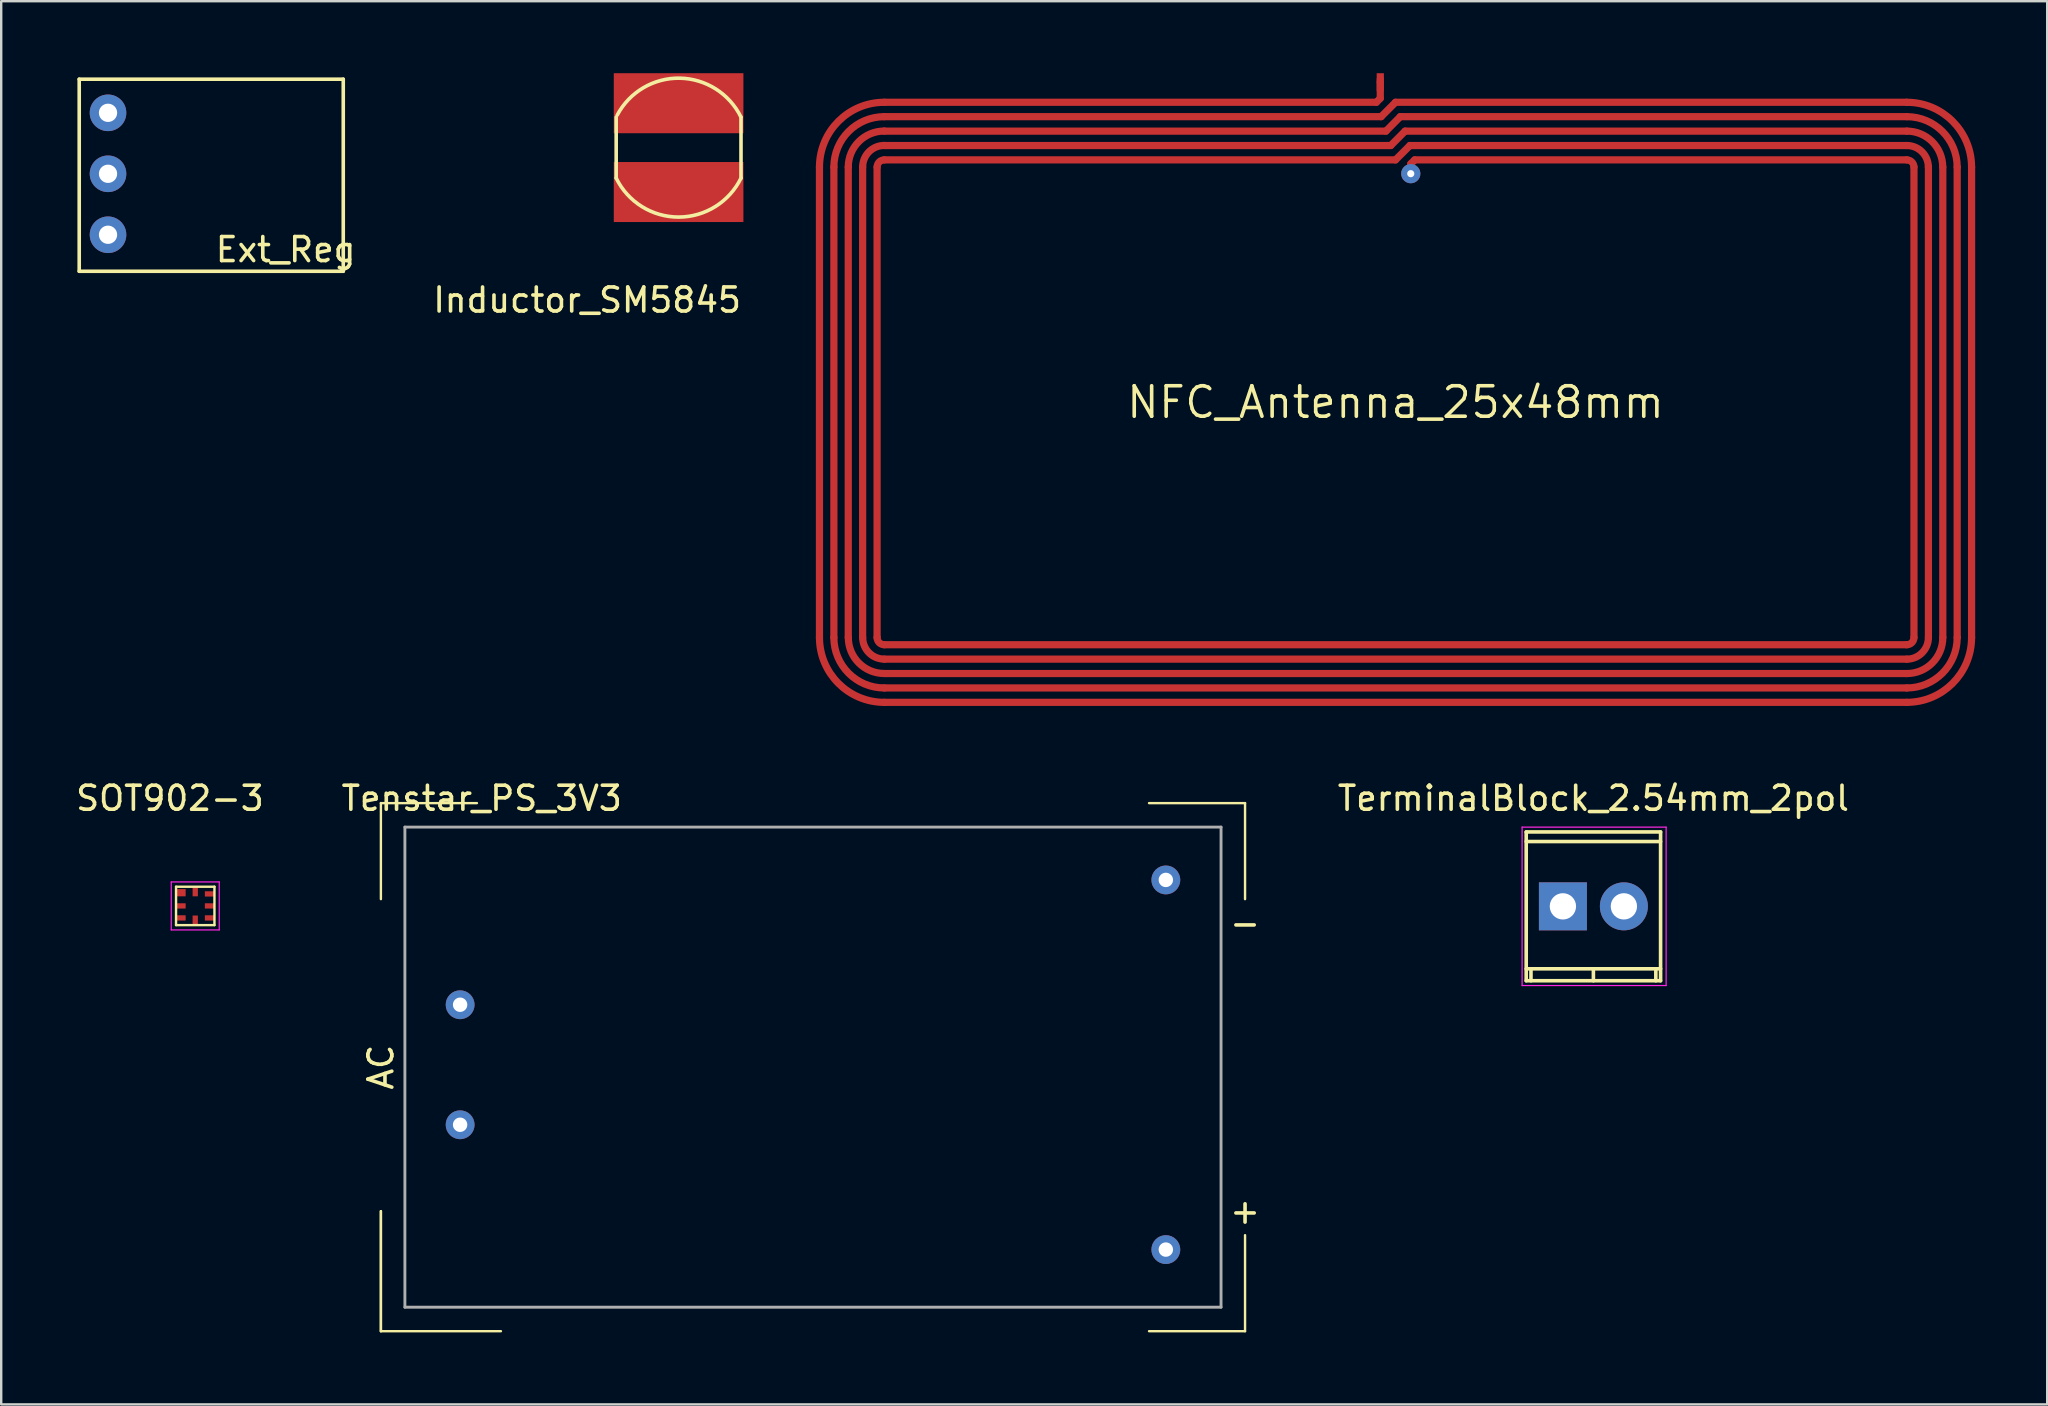
<source format=kicad_pcb>
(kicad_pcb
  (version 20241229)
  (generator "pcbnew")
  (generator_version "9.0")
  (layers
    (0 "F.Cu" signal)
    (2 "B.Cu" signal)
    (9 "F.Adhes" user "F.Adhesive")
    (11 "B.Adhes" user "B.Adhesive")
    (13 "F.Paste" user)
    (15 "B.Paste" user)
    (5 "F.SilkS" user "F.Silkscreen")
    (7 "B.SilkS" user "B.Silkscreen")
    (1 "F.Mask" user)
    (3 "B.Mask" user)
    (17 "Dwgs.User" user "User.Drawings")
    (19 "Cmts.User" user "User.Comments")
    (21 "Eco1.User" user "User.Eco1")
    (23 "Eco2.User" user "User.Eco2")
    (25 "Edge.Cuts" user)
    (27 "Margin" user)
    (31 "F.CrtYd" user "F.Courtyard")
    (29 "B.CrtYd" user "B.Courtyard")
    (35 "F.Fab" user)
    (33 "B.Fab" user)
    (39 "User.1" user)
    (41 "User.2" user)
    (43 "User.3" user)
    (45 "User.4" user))
  (footprint "Inductor_SM5845"
    (layer "F.Cu")
    (at 25.22 3.1)
    (property "Reference" "Inductor_SM5845" (at -3.81 6.35 0) (layer "F.SilkS") (effects (font (size 1 1) (thickness 0.15))))
    (attr through_hole)
    (fp_line (start -2.6 -1.27) (end -2.6 1.27) (stroke (width 0.15) (type solid)) (layer "F.SilkS"))
    (fp_line (start 2.6 -1.27) (end 2.6 1.27) (stroke (width 0.15) (type solid)) (layer "F.SilkS"))
    (fp_arc (start -2.555692 -1.356958) (mid 0.048798 -2.893184) (end 2.6 -1.269999) (stroke (width 0.15) (type solid)) (layer "F.SilkS"))
    (fp_arc (start 2.601493 1.266939) (mid 0.001702 2.893596) (end -2.6 1.269999) (stroke (width 0.15) (type solid)) (layer "F.SilkS"))
    (pad "1" smd rect (at 0 1.85) (size 5.4 2.5) (layers "F.Cu" "F.Mask" "F.Paste"))
    (pad "2" smd rect (at 0 -1.85) (size 5.4 2.5) (layers "F.Cu" "F.Mask" "F.Paste")))
  (footprint "SOT902-3"
    (layer "F.Cu")
    (at 4.284 33.89)
    (property "Reference" "SOT902-3" (at -0.254 -3.683 0) (layer "F.SilkS") (effects (font (size 1 1) (thickness 0.15))))
    (attr smd)
    (fp_line (start 0 0) (end 1.6 0) (stroke (width 0.1) (type solid)) (layer "F.SilkS"))
    (fp_line (start 0 1.6) (end 0 0) (stroke (width 0.1) (type solid)) (layer "F.SilkS"))
    (fp_line (start 1.6 0) (end 1.6 1.6) (stroke (width 0.1) (type solid)) (layer "F.SilkS"))
    (fp_line (start 1.6 1.6) (end 0 1.6) (stroke (width 0.1) (type solid)) (layer "F.SilkS"))
    (fp_line (start -0.2 -0.2) (end 1.8 -0.2) (stroke (width 0.05) (type solid)) (layer "F.CrtYd"))
    (fp_line (start -0.2 1.8) (end -0.2 -0.2) (stroke (width 0.05) (type solid)) (layer "F.CrtYd"))
    (fp_line (start 1.8 -0.2) (end 1.8 1.8) (stroke (width 0.05) (type solid)) (layer "F.CrtYd"))
    (fp_line (start 1.8 1.8) (end -0.2 1.8) (stroke (width 0.05) (type solid)) (layer "F.CrtYd"))
    (pad "1" smd rect (at 0.2 0.25 180) (size 0.4 0.3) (layers "F.Cu" "F.Mask" "F.Paste"))
    (pad "2" smd rect (at 0.2 0.8 180) (size 0.4 0.22) (layers "F.Cu" "F.Mask" "F.Paste"))
    (pad "3" smd rect (at 0.2 1.3 180) (size 0.4 0.22) (layers "F.Cu" "F.Mask" "F.Paste"))
    (pad "4" smd rect (at 0.8 1.4 90) (size 0.4 0.22) (layers "F.Cu" "F.Mask" "F.Paste"))
    (pad "5" smd rect (at 1.4 1.3 180) (size 0.4 0.22) (layers "F.Cu" "F.Mask" "F.Paste"))
    (pad "6" smd rect (at 1.4 0.8 180) (size 0.4 0.22) (layers "F.Cu" "F.Mask" "F.Paste"))
    (pad "7" smd rect (at 1.4 0.3 180) (size 0.4 0.22) (layers "F.Cu" "F.Mask" "F.Paste"))
    (pad "8" smd rect (at 0.8 0.2 90) (size 0.4 0.22) (layers "F.Cu" "F.Mask" "F.Paste")))
  (footprint "TerminalBlock_2.54mm_2pol"
    (layer "F.Cu")
    (at 62.06 34.708)
    (property "Reference" "TerminalBlock_2.54mm_2pol" (at 1.27 -4.501 0) (layer "F.SilkS") (effects (font (size 1 1) (thickness 0.15))))
    (attr through_hole)
    (fp_line (start -1.529 -3.099) (end -1.529 3.099) (stroke (width 0.15) (type solid)) (layer "F.SilkS"))
    (fp_line (start -1.529 -2.7) (end 4.069 -2.7) (stroke (width 0.15) (type solid)) (layer "F.SilkS"))
    (fp_line (start -1.529 3.099) (end 4.069 3.099) (stroke (width 0.15) (type solid)) (layer "F.SilkS"))
    (fp_line (start -1.331 3.099) (end -1.331 2.601) (stroke (width 0.15) (type solid)) (layer "F.SilkS"))
    (fp_line (start 1.27 3.099) (end 1.27 2.601) (stroke (width 0.15) (type solid)) (layer "F.SilkS"))
    (fp_line (start 3.871 2.601) (end 3.871 3.099) (stroke (width 0.15) (type solid)) (layer "F.SilkS"))
    (fp_line (start 4.069 -3.099) (end -1.529 -3.099) (stroke (width 0.15) (type solid)) (layer "F.SilkS"))
    (fp_line (start 4.069 2.601) (end -1.529 2.601) (stroke (width 0.15) (type solid)) (layer "F.SilkS"))
    (fp_line (start 4.069 3.099) (end 4.069 -3.099) (stroke (width 0.15) (type solid)) (layer "F.SilkS"))
    (fp_line (start -1.7 -3.3) (end 4.3 -3.3) (stroke (width 0.05) (type solid)) (layer "F.CrtYd"))
    (fp_line (start -1.7 3.3) (end -1.7 -3.3) (stroke (width 0.05) (type solid)) (layer "F.CrtYd"))
    (fp_line (start 4.3 -3.3) (end 4.3 3.3) (stroke (width 0.05) (type solid)) (layer "F.CrtYd"))
    (fp_line (start 4.3 3.3) (end -1.7 3.3) (stroke (width 0.05) (type solid)) (layer "F.CrtYd"))
    (pad "1" thru_hole rect (at 0 0) (size 1.999 1.999) (drill 1.097) (layers "*.Cu" "*.Mask"))
    (pad "2" thru_hole oval (at 2.54 0) (size 1.999 1.999) (drill 1.097) (layers "*.Cu" "*.Mask")))
  (footprint "Ext_Reg"
    (layer "F.Cu")
    (at 0.25 0.25)
    (property "Reference" "Ext_Reg" (at 8.6 7.1 0) (layer "F.SilkS") (effects (font (size 1 1) (thickness 0.15))))
    (attr through_hole)
    (fp_line (start 0 0) (end 11 0) (stroke (width 0.15) (type solid)) (layer "F.SilkS"))
    (fp_line (start 0 8) (end 0 0) (stroke (width 0.15) (type solid)) (layer "F.SilkS"))
    (fp_line (start 11 0) (end 11 8) (stroke (width 0.15) (type solid)) (layer "F.SilkS"))
    (fp_line (start 11 8) (end 0 8) (stroke (width 0.15) (type solid)) (layer "F.SilkS"))
    (pad "1" thru_hole circle (at 1.2 1.4) (size 1.524 1.524) (drill 0.762) (layers "*.Cu" "*.Mask"))
    (pad "2" thru_hole circle (at 1.2 3.94) (size 1.524 1.524) (drill 0.762) (layers "*.Cu" "*.Mask"))
    (pad "3" thru_hole circle (at 1.2 6.48) (size 1.524 1.524) (drill 0.762) (layers "*.Cu" "*.Mask")))
  (footprint "NFC_Antenna_25x48mm"
    (layer "F.Cu")
    (at 55.087 13.71)
    (property "Reference" "NFC_Antenna_25x48mm" (at 0 0 0) (layer "F.SilkS") (effects (font (size 1.27 1.27) (thickness 0.15))))
    (attr smd)
    (fp_line (start -23.998 -9.799) (end -23.998 9.799) (stroke (width 0.3) (type solid)) (layer "F.Cu"))
    (fp_line (start -23.398 -9.799) (end -23.398 9.799) (stroke (width 0.3) (type solid)) (layer "F.Cu"))
    (fp_line (start -22.799 -9.799) (end -22.799 9.799) (stroke (width 0.3) (type solid)) (layer "F.Cu"))
    (fp_line (start -22.2 -9.799) (end -22.2 9.799) (stroke (width 0.3) (type solid)) (layer "F.Cu"))
    (fp_line (start -21.598 -9.799) (end -21.598 9.799) (stroke (width 0.3) (type solid)) (layer "F.Cu"))
    (fp_line (start -21.298 -11.9) (end -0.599 -11.9) (stroke (width 0.3) (type solid)) (layer "F.Cu"))
    (fp_line (start -21.298 -11.298) (end -0.399 -11.298) (stroke (width 0.3) (type solid)) (layer "F.Cu"))
    (fp_line (start -21.298 -10.698) (end -0.198 -10.698) (stroke (width 0.3) (type solid)) (layer "F.Cu"))
    (fp_line (start -21.298 -10.099) (end 0 -10.099) (stroke (width 0.3) (type solid)) (layer "F.Cu"))
    (fp_line (start -21.298 10.099) (end 21.298 10.099) (stroke (width 0.3) (type solid)) (layer "F.Cu"))
    (fp_line (start -21.298 10.698) (end 21.298 10.698) (stroke (width 0.3) (type solid)) (layer "F.Cu"))
    (fp_line (start -21.298 11.298) (end 21.298 11.298) (stroke (width 0.3) (type solid)) (layer "F.Cu"))
    (fp_line (start -21.298 11.9) (end 21.298 11.9) (stroke (width 0.3) (type solid)) (layer "F.Cu"))
    (fp_line (start -21.298 12.499) (end 21.298 12.499) (stroke (width 0.3) (type solid)) (layer "F.Cu"))
    (fp_line (start -0.798 -12.499) (end -21.298 -12.499) (stroke (width 0.3) (type solid)) (layer "F.Cu"))
    (fp_line (start -0.635 -13.462) (end -0.635 -13.335) (stroke (width 0.3) (type solid)) (layer "F.Cu"))
    (fp_line (start -0.635 -13.335) (end -0.635 -12.664) (stroke (width 0.3) (type solid)) (layer "F.Cu"))
    (fp_line (start -0.635 -12.664) (end -0.798 -12.499) (stroke (width 0.3) (type solid)) (layer "F.Cu"))
    (fp_line (start -0.599 -11.9) (end 0 -12.499) (stroke (width 0.3) (type solid)) (layer "F.Cu"))
    (fp_line (start -0.399 -11.298) (end 0.198 -11.9) (stroke (width 0.3) (type solid)) (layer "F.Cu"))
    (fp_line (start -0.198 -10.698) (end 0.399 -11.298) (stroke (width 0.3) (type solid)) (layer "F.Cu"))
    (fp_line (start 0 -12.499) (end 21.298 -12.499) (stroke (width 0.3) (type solid)) (layer "F.Cu"))
    (fp_line (start 0 -10.099) (end 0.599 -10.698) (stroke (width 0.3) (type solid)) (layer "F.Cu"))
    (fp_line (start 0.198 -11.9) (end 21.298 -11.9) (stroke (width 0.3) (type solid)) (layer "F.Cu"))
    (fp_line (start 0.399 -11.298) (end 21.298 -11.298) (stroke (width 0.3) (type solid)) (layer "F.Cu"))
    (fp_line (start 0.635 -9.934) (end 0.798 -10.099) (stroke (width 0.3) (type solid)) (layer "F.Cu"))
    (fp_line (start 0.635 -9.525) (end 0.635 -9.934) (stroke (width 0.3) (type solid)) (layer "F.Cu"))
    (fp_line (start 21.298 -10.698) (end 0.599 -10.698) (stroke (width 0.3) (type solid)) (layer "F.Cu"))
    (fp_line (start 21.298 -10.099) (end 0.798 -10.099) (stroke (width 0.3) (type solid)) (layer "F.Cu"))
    (fp_line (start 21.598 -9.799) (end 21.598 9.799) (stroke (width 0.3) (type solid)) (layer "F.Cu"))
    (fp_line (start 22.2 -9.799) (end 22.2 9.799) (stroke (width 0.3) (type solid)) (layer "F.Cu"))
    (fp_line (start 22.799 -9.799) (end 22.799 9.799) (stroke (width 0.3) (type solid)) (layer "F.Cu"))
    (fp_line (start 23.398 -9.799) (end 23.398 9.799) (stroke (width 0.3) (type solid)) (layer "F.Cu"))
    (fp_line (start 23.998 -9.799) (end 23.998 9.799) (stroke (width 0.3) (type solid)) (layer "F.Cu"))
    (fp_arc (start -23.99792 -9.79932) (mid -23.207102 -11.708522) (end -21.2979 -12.49934) (stroke (width 0.29972) (type solid)) (layer "F.Cu"))
    (fp_arc (start -23.39848 -9.79932) (mid -22.783234 -11.284654) (end -21.2979 -11.8999) (stroke (width 0.29972) (type solid)) (layer "F.Cu"))
    (fp_arc (start -22.79904 -9.79932) (mid -22.359366 -10.860786) (end -21.2979 -11.30046) (stroke (width 0.29972) (type solid)) (layer "F.Cu"))
    (fp_arc (start -22.1996 -9.79932) (mid -21.935498 -10.436918) (end -21.2979 -10.70102) (stroke (width 0.29972) (type solid)) (layer "F.Cu"))
    (fp_arc (start -21.59762 -9.79932) (mid -21.509834 -10.011254) (end -21.2979 -10.09904) (stroke (width 0.29972) (type solid)) (layer "F.Cu"))
    (fp_arc (start -21.2979 10.09904) (mid -21.509834 10.011254) (end -21.59762 9.79932) (stroke (width 0.29972) (type solid)) (layer "F.Cu"))
    (fp_arc (start -21.2979 10.69848) (mid -21.933702 10.435122) (end -22.19706 9.79932) (stroke (width 0.29972) (type solid)) (layer "F.Cu"))
    (fp_arc (start -21.2979 11.29792) (mid -22.35757 10.85899) (end -22.7965 9.79932) (stroke (width 0.29972) (type solid)) (layer "F.Cu"))
    (fp_arc (start -21.2979 11.8999) (mid -22.783234 11.284654) (end -23.39848 9.79932) (stroke (width 0.29972) (type solid)) (layer "F.Cu"))
    (fp_arc (start -21.2979 12.49934) (mid -23.207102 11.708522) (end -23.99792 9.79932) (stroke (width 0.29972) (type solid)) (layer "F.Cu"))
    (fp_arc (start 21.2979 -12.49934) (mid 23.207102 -11.708522) (end 23.99792 -9.79932) (stroke (width 0.29972) (type solid)) (layer "F.Cu"))
    (fp_arc (start 21.2979 -11.8999) (mid 22.783234 -11.284654) (end 23.39848 -9.79932) (stroke (width 0.29972) (type solid)) (layer "F.Cu"))
    (fp_arc (start 21.2979 -11.29792) (mid 22.35757 -10.85899) (end 22.7965 -9.79932) (stroke (width 0.29972) (type solid)) (layer "F.Cu"))
    (fp_arc (start 21.2979 -10.69848) (mid 21.933702 -10.435122) (end 22.19706 -9.79932) (stroke (width 0.29972) (type solid)) (layer "F.Cu"))
    (fp_arc (start 21.2979 -10.09904) (mid 21.509834 -10.011254) (end 21.59762 -9.79932) (stroke (width 0.29972) (type solid)) (layer "F.Cu"))
    (fp_arc (start 21.59762 9.79932) (mid 21.509834 10.011254) (end 21.2979 10.09904) (stroke (width 0.29972) (type solid)) (layer "F.Cu"))
    (fp_arc (start 22.1996 9.79932) (mid 21.935498 10.436918) (end 21.2979 10.70102) (stroke (width 0.29972) (type solid)) (layer "F.Cu"))
    (fp_arc (start 22.79904 9.79932) (mid 22.359366 10.860786) (end 21.2979 11.30046) (stroke (width 0.29972) (type solid)) (layer "F.Cu"))
    (fp_arc (start 23.39848 9.79932) (mid 22.783234 11.284654) (end 21.2979 11.8999) (stroke (width 0.29972) (type solid)) (layer "F.Cu"))
    (fp_arc (start 23.99792 9.79932) (mid 23.207102 11.708522) (end 21.2979 12.49934) (stroke (width 0.29972) (type solid)) (layer "F.Cu"))
    (pad "1" smd rect (at -0.635 -13.335 90) (size 0.749 0.3) (layers "F.Cu" "F.Mask" "F.Paste"))
    (pad "2" thru_hole circle (at 0.635 -9.525) (size 0.8 0.8) (drill 0.3) (layers "*.Cu" "*.Mask")))
  (footprint "Tenstar_PS_3V3"
    (layer "F.Cu")
    (at 13.818 51.407)
    (property "Reference" "Tenstar_PS_3V3" (at 3.2 -21.2 0) (layer "F.SilkS") (effects (font (size 1 1) (thickness 0.15))))
    (attr through_hole)
    (fp_line (start -1 -21) (end -1 -17) (stroke (width 0.1) (type solid)) (layer "F.SilkS"))
    (fp_line (start -1 -21) (end 3 -21) (stroke (width 0.1) (type solid)) (layer "F.SilkS"))
    (fp_line (start -1 -4) (end -1 1) (stroke (width 0.1) (type solid)) (layer "F.SilkS"))
    (fp_line (start -1 1) (end -1 -4) (stroke (width 0.1) (type solid)) (layer "F.SilkS"))
    (fp_line (start -1 1) (end 4 1) (stroke (width 0.1) (type solid)) (layer "F.SilkS"))
    (fp_line (start 35 -21) (end 31 -21) (stroke (width 0.1) (type solid)) (layer "F.SilkS"))
    (fp_line (start 35 -21) (end 35 -17) (stroke (width 0.1) (type solid)) (layer "F.SilkS"))
    (fp_line (start 35 1) (end 31 1) (stroke (width 0.1) (type solid)) (layer "F.SilkS"))
    (fp_line (start 35 1) (end 35 -3) (stroke (width 0.1) (type solid)) (layer "F.SilkS"))
    (fp_line (start 0 -20) (end 0 0) (stroke (width 0.12) (type solid)) (layer "F.Fab"))
    (fp_line (start 0 0) (end 34 0) (stroke (width 0.12) (type solid)) (layer "F.Fab"))
    (fp_line (start 34 -20) (end 0 -20) (stroke (width 0.12) (type solid)) (layer "F.Fab"))
    (fp_line (start 34 0) (end 34 -20) (stroke (width 0.12) (type solid)) (layer "F.Fab"))
    (fp_text user "-" (at 35 -16 0) (layer "F.SilkS") (effects (font (size 1 1) (thickness 0.15))))
    (fp_text user "+" (at 35 -4 0) (layer "F.SilkS") (effects (font (size 1 1) (thickness 0.15))))
    (fp_text user "AC" (at -1 -10 90) (layer "F.SilkS") (effects (font (size 1 1) (thickness 0.15))))
    (pad "1" thru_hole circle (at 2.3 -7.6) (size 1.2 1.2) (drill 0.6) (layers "*.Cu" "*.Mask"))
    (pad "2" thru_hole circle (at 2.3 -12.6) (size 1.2 1.2) (drill 0.6) (layers "*.Cu" "*.Mask"))
    (pad "3" thru_hole circle (at 31.7 -17.8) (size 1.2 1.2) (drill 0.6) (layers "*.Cu" "*.Mask"))
    (pad "4" thru_hole circle (at 31.7 -2.4) (size 1.2 1.2) (drill 0.6) (layers "*.Cu" "*.Mask")))
  (gr_rect
    (start -3 -3)
    (end 82.235 55.457)
    (stroke (width 0.1) (type default))
    (fill no)
    (layer "Edge.Cuts")))
</source>
